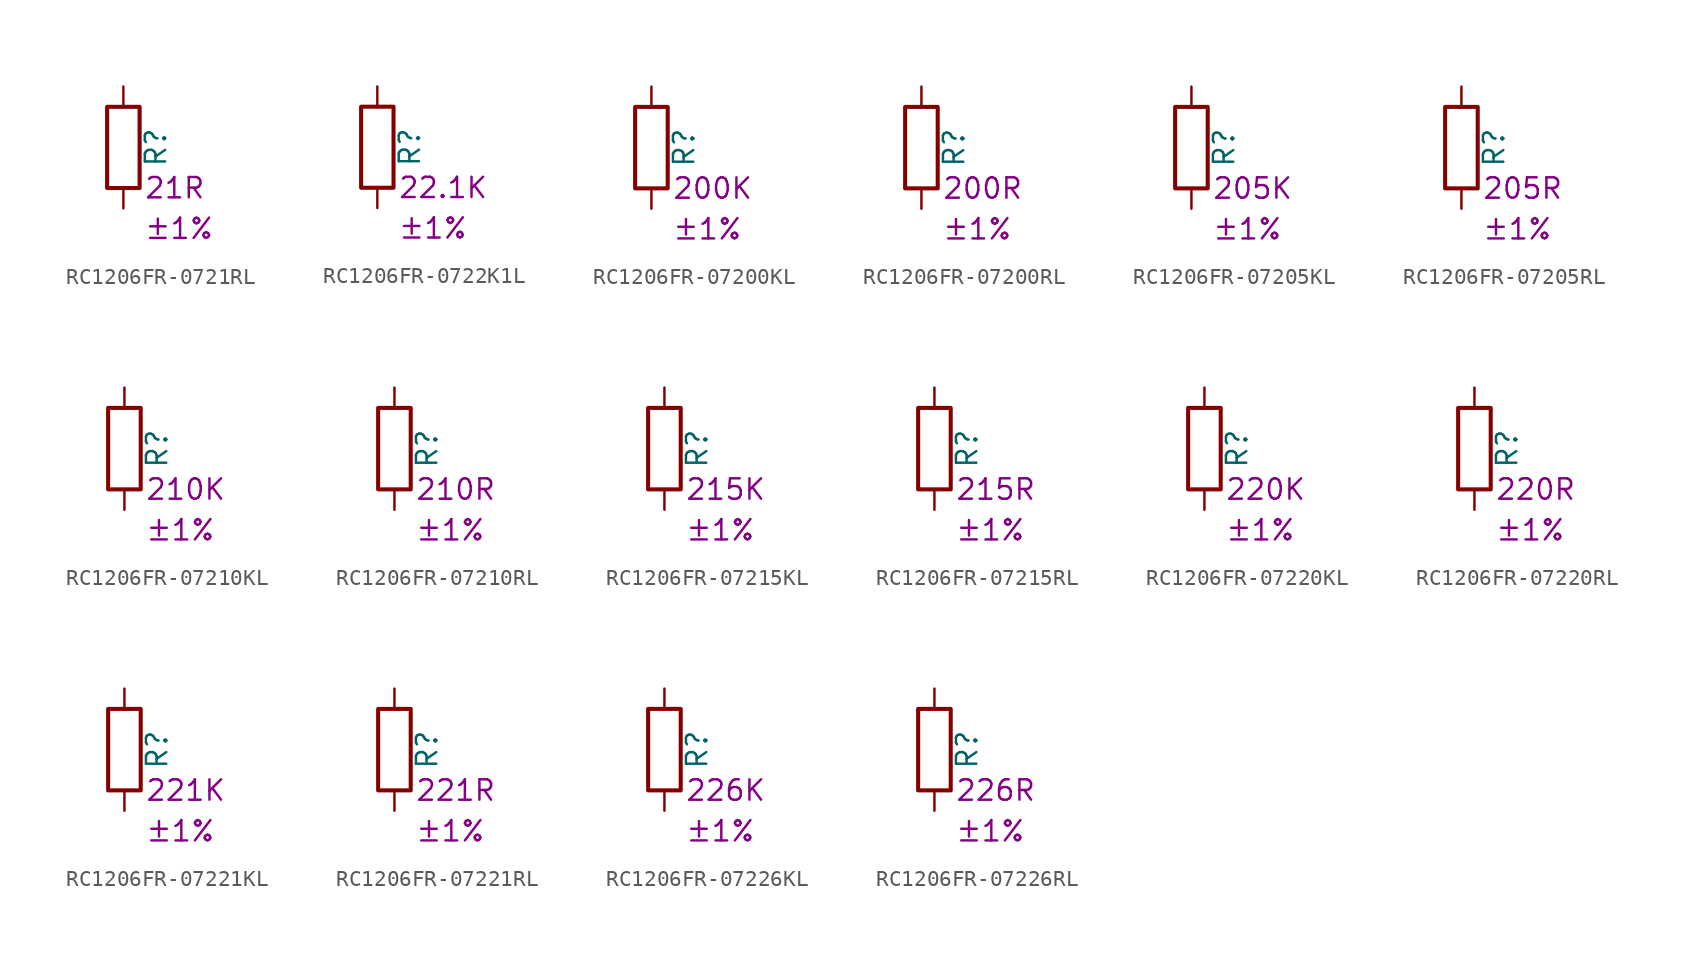
<source format=kicad_sym>
(kicad_symbol_lib
  (version 20220914)
  (generator kicad_symbol_editor)
  (symbol "RC1206FR-0721RL"
    (pin_numbers hide)
    (pin_names
      (offset 0))
    (property "Reference" "R"
      (at 2.032 0 90)
      (effects (font (size 1.27 1.27))))
    (property "Resistance" "21R"
      (at 1.27 -2.54 0)
      (effects (font (size 1.27 1.27)) (justify left)))
    (property "Tolerance" "±1%"
      (at 1.27 -5.08 0)
      (effects (font (size 1.27 1.27)) (justify left)))
    (symbol "RC1206FR-0721RL_0_1"
      (rectangle (start -1.016 -2.54) (end 1.016 2.54) (stroke (width 0.254) (type default)) (fill (type none))))
    (symbol "RC1206FR-0721RL_1_1"
      (pin passive line (at 0 3.81 270) (length 1.27) (name "~" (effects (font (size 1.27 1.27)))) (number "1" (effects (font (size 1.27 1.27)))))
      (pin passive line (at 0 -3.81 90) (length 1.27) (name "~" (effects (font (size 1.27 1.27)))) (number "2" (effects (font (size 1.27 1.27)))))))
  (symbol "RC1206FR-0722K1L"
    (pin_numbers hide)
    (pin_names
      (offset 0))
    (property "Reference" "R"
      (at 2.032 0 90)
      (effects (font (size 1.27 1.27))))
    (property "Resistance" "22.1K"
      (at 1.27 -2.54 0)
      (effects (font (size 1.27 1.27)) (justify left)))
    (property "Tolerance" "±1%"
      (at 1.27 -5.08 0)
      (effects (font (size 1.27 1.27)) (justify left)))
    (symbol "RC1206FR-0722K1L_0_1"
      (rectangle (start -1.016 -2.54) (end 1.016 2.54) (stroke (width 0.254) (type default)) (fill (type none))))
    (symbol "RC1206FR-0722K1L_1_1"
      (pin passive line (at 0 3.81 270) (length 1.27) (name "~" (effects (font (size 1.27 1.27)))) (number "1" (effects (font (size 1.27 1.27)))))
      (pin passive line (at 0 -3.81 90) (length 1.27) (name "~" (effects (font (size 1.27 1.27)))) (number "2" (effects (font (size 1.27 1.27)))))))
  (symbol "RC1206FR-07200KL"
    (pin_numbers hide)
    (pin_names
      (offset 0))
    (property "Reference" "R"
      (at 2.032 0 90)
      (effects (font (size 1.27 1.27))))
    (property "Resistance" "200K"
      (at 1.27 -2.54 0)
      (effects (font (size 1.27 1.27)) (justify left)))
    (property "Tolerance" "±1%"
      (at 1.27 -5.08 0)
      (effects (font (size 1.27 1.27)) (justify left)))
    (symbol "RC1206FR-07200KL_0_1"
      (rectangle (start -1.016 -2.54) (end 1.016 2.54) (stroke (width 0.254) (type default)) (fill (type none))))
    (symbol "RC1206FR-07200KL_1_1"
      (pin passive line (at 0 3.81 270) (length 1.27) (name "~" (effects (font (size 1.27 1.27)))) (number "1" (effects (font (size 1.27 1.27)))))
      (pin passive line (at 0 -3.81 90) (length 1.27) (name "~" (effects (font (size 1.27 1.27)))) (number "2" (effects (font (size 1.27 1.27)))))))
  (symbol "RC1206FR-07200RL"
    (pin_numbers hide)
    (pin_names
      (offset 0))
    (property "Reference" "R"
      (at 2.032 0 90)
      (effects (font (size 1.27 1.27))))
    (property "Resistance" "200R"
      (at 1.27 -2.54 0)
      (effects (font (size 1.27 1.27)) (justify left)))
    (property "Tolerance" "±1%"
      (at 1.27 -5.08 0)
      (effects (font (size 1.27 1.27)) (justify left)))
    (symbol "RC1206FR-07200RL_0_1"
      (rectangle (start -1.016 -2.54) (end 1.016 2.54) (stroke (width 0.254) (type default)) (fill (type none))))
    (symbol "RC1206FR-07200RL_1_1"
      (pin passive line (at 0 3.81 270) (length 1.27) (name "~" (effects (font (size 1.27 1.27)))) (number "1" (effects (font (size 1.27 1.27)))))
      (pin passive line (at 0 -3.81 90) (length 1.27) (name "~" (effects (font (size 1.27 1.27)))) (number "2" (effects (font (size 1.27 1.27)))))))
  (symbol "RC1206FR-07205KL"
    (pin_numbers hide)
    (pin_names
      (offset 0))
    (property "Reference" "R"
      (at 2.032 0 90)
      (effects (font (size 1.27 1.27))))
    (property "Resistance" "205K"
      (at 1.27 -2.54 0)
      (effects (font (size 1.27 1.27)) (justify left)))
    (property "Tolerance" "±1%"
      (at 1.27 -5.08 0)
      (effects (font (size 1.27 1.27)) (justify left)))
    (symbol "RC1206FR-07205KL_0_1"
      (rectangle (start -1.016 -2.54) (end 1.016 2.54) (stroke (width 0.254) (type default)) (fill (type none))))
    (symbol "RC1206FR-07205KL_1_1"
      (pin passive line (at 0 3.81 270) (length 1.27) (name "~" (effects (font (size 1.27 1.27)))) (number "1" (effects (font (size 1.27 1.27)))))
      (pin passive line (at 0 -3.81 90) (length 1.27) (name "~" (effects (font (size 1.27 1.27)))) (number "2" (effects (font (size 1.27 1.27)))))))
  (symbol "RC1206FR-07205RL"
    (pin_numbers hide)
    (pin_names
      (offset 0))
    (property "Reference" "R"
      (at 2.032 0 90)
      (effects (font (size 1.27 1.27))))
    (property "Resistance" "205R"
      (at 1.27 -2.54 0)
      (effects (font (size 1.27 1.27)) (justify left)))
    (property "Tolerance" "±1%"
      (at 1.27 -5.08 0)
      (effects (font (size 1.27 1.27)) (justify left)))
    (symbol "RC1206FR-07205RL_0_1"
      (rectangle (start -1.016 -2.54) (end 1.016 2.54) (stroke (width 0.254) (type default)) (fill (type none))))
    (symbol "RC1206FR-07205RL_1_1"
      (pin passive line (at 0 3.81 270) (length 1.27) (name "~" (effects (font (size 1.27 1.27)))) (number "1" (effects (font (size 1.27 1.27)))))
      (pin passive line (at 0 -3.81 90) (length 1.27) (name "~" (effects (font (size 1.27 1.27)))) (number "2" (effects (font (size 1.27 1.27)))))))
  (symbol "RC1206FR-07210KL"
    (pin_numbers hide)
    (pin_names
      (offset 0))
    (property "Reference" "R"
      (at 2.032 0 90)
      (effects (font (size 1.27 1.27))))
    (property "Resistance" "210K"
      (at 1.27 -2.54 0)
      (effects (font (size 1.27 1.27)) (justify left)))
    (property "Tolerance" "±1%"
      (at 1.27 -5.08 0)
      (effects (font (size 1.27 1.27)) (justify left)))
    (symbol "RC1206FR-07210KL_0_1"
      (rectangle (start -1.016 -2.54) (end 1.016 2.54) (stroke (width 0.254) (type default)) (fill (type none))))
    (symbol "RC1206FR-07210KL_1_1"
      (pin passive line (at 0 3.81 270) (length 1.27) (name "~" (effects (font (size 1.27 1.27)))) (number "1" (effects (font (size 1.27 1.27)))))
      (pin passive line (at 0 -3.81 90) (length 1.27) (name "~" (effects (font (size 1.27 1.27)))) (number "2" (effects (font (size 1.27 1.27)))))))
  (symbol "RC1206FR-07210RL"
    (pin_numbers hide)
    (pin_names
      (offset 0))
    (property "Reference" "R"
      (at 2.032 0 90)
      (effects (font (size 1.27 1.27))))
    (property "Resistance" "210R"
      (at 1.27 -2.54 0)
      (effects (font (size 1.27 1.27)) (justify left)))
    (property "Tolerance" "±1%"
      (at 1.27 -5.08 0)
      (effects (font (size 1.27 1.27)) (justify left)))
    (symbol "RC1206FR-07210RL_0_1"
      (rectangle (start -1.016 -2.54) (end 1.016 2.54) (stroke (width 0.254) (type default)) (fill (type none))))
    (symbol "RC1206FR-07210RL_1_1"
      (pin passive line (at 0 3.81 270) (length 1.27) (name "~" (effects (font (size 1.27 1.27)))) (number "1" (effects (font (size 1.27 1.27)))))
      (pin passive line (at 0 -3.81 90) (length 1.27) (name "~" (effects (font (size 1.27 1.27)))) (number "2" (effects (font (size 1.27 1.27)))))))
  (symbol "RC1206FR-07215KL"
    (pin_numbers hide)
    (pin_names
      (offset 0))
    (property "Reference" "R"
      (at 2.032 0 90)
      (effects (font (size 1.27 1.27))))
    (property "Resistance" "215K"
      (at 1.27 -2.54 0)
      (effects (font (size 1.27 1.27)) (justify left)))
    (property "Tolerance" "±1%"
      (at 1.27 -5.08 0)
      (effects (font (size 1.27 1.27)) (justify left)))
    (symbol "RC1206FR-07215KL_0_1"
      (rectangle (start -1.016 -2.54) (end 1.016 2.54) (stroke (width 0.254) (type default)) (fill (type none))))
    (symbol "RC1206FR-07215KL_1_1"
      (pin passive line (at 0 3.81 270) (length 1.27) (name "~" (effects (font (size 1.27 1.27)))) (number "1" (effects (font (size 1.27 1.27)))))
      (pin passive line (at 0 -3.81 90) (length 1.27) (name "~" (effects (font (size 1.27 1.27)))) (number "2" (effects (font (size 1.27 1.27)))))))
  (symbol "RC1206FR-07215RL"
    (pin_numbers hide)
    (pin_names
      (offset 0))
    (property "Reference" "R"
      (at 2.032 0 90)
      (effects (font (size 1.27 1.27))))
    (property "Resistance" "215R"
      (at 1.27 -2.54 0)
      (effects (font (size 1.27 1.27)) (justify left)))
    (property "Tolerance" "±1%"
      (at 1.27 -5.08 0)
      (effects (font (size 1.27 1.27)) (justify left)))
    (symbol "RC1206FR-07215RL_0_1"
      (rectangle (start -1.016 -2.54) (end 1.016 2.54) (stroke (width 0.254) (type default)) (fill (type none))))
    (symbol "RC1206FR-07215RL_1_1"
      (pin passive line (at 0 3.81 270) (length 1.27) (name "~" (effects (font (size 1.27 1.27)))) (number "1" (effects (font (size 1.27 1.27)))))
      (pin passive line (at 0 -3.81 90) (length 1.27) (name "~" (effects (font (size 1.27 1.27)))) (number "2" (effects (font (size 1.27 1.27)))))))
  (symbol "RC1206FR-07220KL"
    (pin_numbers hide)
    (pin_names
      (offset 0))
    (property "Reference" "R"
      (at 2.032 0 90)
      (effects (font (size 1.27 1.27))))
    (property "Resistance" "220K"
      (at 1.27 -2.54 0)
      (effects (font (size 1.27 1.27)) (justify left)))
    (property "Tolerance" "±1%"
      (at 1.27 -5.08 0)
      (effects (font (size 1.27 1.27)) (justify left)))
    (symbol "RC1206FR-07220KL_0_1"
      (rectangle (start -1.016 -2.54) (end 1.016 2.54) (stroke (width 0.254) (type default)) (fill (type none))))
    (symbol "RC1206FR-07220KL_1_1"
      (pin passive line (at 0 3.81 270) (length 1.27) (name "~" (effects (font (size 1.27 1.27)))) (number "1" (effects (font (size 1.27 1.27)))))
      (pin passive line (at 0 -3.81 90) (length 1.27) (name "~" (effects (font (size 1.27 1.27)))) (number "2" (effects (font (size 1.27 1.27)))))))
  (symbol "RC1206FR-07220RL"
    (pin_numbers hide)
    (pin_names
      (offset 0))
    (property "Reference" "R"
      (at 2.032 0 90)
      (effects (font (size 1.27 1.27))))
    (property "Resistance" "220R"
      (at 1.27 -2.54 0)
      (effects (font (size 1.27 1.27)) (justify left)))
    (property "Tolerance" "±1%"
      (at 1.27 -5.08 0)
      (effects (font (size 1.27 1.27)) (justify left)))
    (symbol "RC1206FR-07220RL_0_1"
      (rectangle (start -1.016 -2.54) (end 1.016 2.54) (stroke (width 0.254) (type default)) (fill (type none))))
    (symbol "RC1206FR-07220RL_1_1"
      (pin passive line (at 0 3.81 270) (length 1.27) (name "~" (effects (font (size 1.27 1.27)))) (number "1" (effects (font (size 1.27 1.27)))))
      (pin passive line (at 0 -3.81 90) (length 1.27) (name "~" (effects (font (size 1.27 1.27)))) (number "2" (effects (font (size 1.27 1.27)))))))
  (symbol "RC1206FR-07221KL"
    (pin_numbers hide)
    (pin_names
      (offset 0))
    (property "Reference" "R"
      (at 2.032 0 90)
      (effects (font (size 1.27 1.27))))
    (property "Resistance" "221K"
      (at 1.27 -2.54 0)
      (effects (font (size 1.27 1.27)) (justify left)))
    (property "Tolerance" "±1%"
      (at 1.27 -5.08 0)
      (effects (font (size 1.27 1.27)) (justify left)))
    (symbol "RC1206FR-07221KL_0_1"
      (rectangle (start -1.016 -2.54) (end 1.016 2.54) (stroke (width 0.254) (type default)) (fill (type none))))
    (symbol "RC1206FR-07221KL_1_1"
      (pin passive line (at 0 3.81 270) (length 1.27) (name "~" (effects (font (size 1.27 1.27)))) (number "1" (effects (font (size 1.27 1.27)))))
      (pin passive line (at 0 -3.81 90) (length 1.27) (name "~" (effects (font (size 1.27 1.27)))) (number "2" (effects (font (size 1.27 1.27)))))))
  (symbol "RC1206FR-07221RL"
    (pin_numbers hide)
    (pin_names
      (offset 0))
    (property "Reference" "R"
      (at 2.032 0 90)
      (effects (font (size 1.27 1.27))))
    (property "Resistance" "221R"
      (at 1.27 -2.54 0)
      (effects (font (size 1.27 1.27)) (justify left)))
    (property "Tolerance" "±1%"
      (at 1.27 -5.08 0)
      (effects (font (size 1.27 1.27)) (justify left)))
    (symbol "RC1206FR-07221RL_0_1"
      (rectangle (start -1.016 -2.54) (end 1.016 2.54) (stroke (width 0.254) (type default)) (fill (type none))))
    (symbol "RC1206FR-07221RL_1_1"
      (pin passive line (at 0 3.81 270) (length 1.27) (name "~" (effects (font (size 1.27 1.27)))) (number "1" (effects (font (size 1.27 1.27)))))
      (pin passive line (at 0 -3.81 90) (length 1.27) (name "~" (effects (font (size 1.27 1.27)))) (number "2" (effects (font (size 1.27 1.27)))))))
  (symbol "RC1206FR-07226KL"
    (pin_numbers hide)
    (pin_names
      (offset 0))
    (property "Reference" "R"
      (at 2.032 0 90)
      (effects (font (size 1.27 1.27))))
    (property "Resistance" "226K"
      (at 1.27 -2.54 0)
      (effects (font (size 1.27 1.27)) (justify left)))
    (property "Tolerance" "±1%"
      (at 1.27 -5.08 0)
      (effects (font (size 1.27 1.27)) (justify left)))
    (symbol "RC1206FR-07226KL_0_1"
      (rectangle (start -1.016 -2.54) (end 1.016 2.54) (stroke (width 0.254) (type default)) (fill (type none))))
    (symbol "RC1206FR-07226KL_1_1"
      (pin passive line (at 0 3.81 270) (length 1.27) (name "~" (effects (font (size 1.27 1.27)))) (number "1" (effects (font (size 1.27 1.27)))))
      (pin passive line (at 0 -3.81 90) (length 1.27) (name "~" (effects (font (size 1.27 1.27)))) (number "2" (effects (font (size 1.27 1.27)))))))
  (symbol "RC1206FR-07226RL"
    (pin_numbers hide)
    (pin_names
      (offset 0))
    (property "Reference" "R"
      (at 2.032 0 90)
      (effects (font (size 1.27 1.27))))
    (property "Resistance" "226R"
      (at 1.27 -2.54 0)
      (effects (font (size 1.27 1.27)) (justify left)))
    (property "Tolerance" "±1%"
      (at 1.27 -5.08 0)
      (effects (font (size 1.27 1.27)) (justify left)))
    (symbol "RC1206FR-07226RL_0_1"
      (rectangle (start -1.016 -2.54) (end 1.016 2.54) (stroke (width 0.254) (type default)) (fill (type none))))
    (symbol "RC1206FR-07226RL_1_1"
      (pin passive line (at 0 3.81 270) (length 1.27) (name "~" (effects (font (size 1.27 1.27)))) (number "1" (effects (font (size 1.27 1.27)))))
      (pin passive line (at 0 -3.81 90) (length 1.27) (name "~" (effects (font (size 1.27 1.27)))) (number "2" (effects (font (size 1.27 1.27))))))))
</source>
